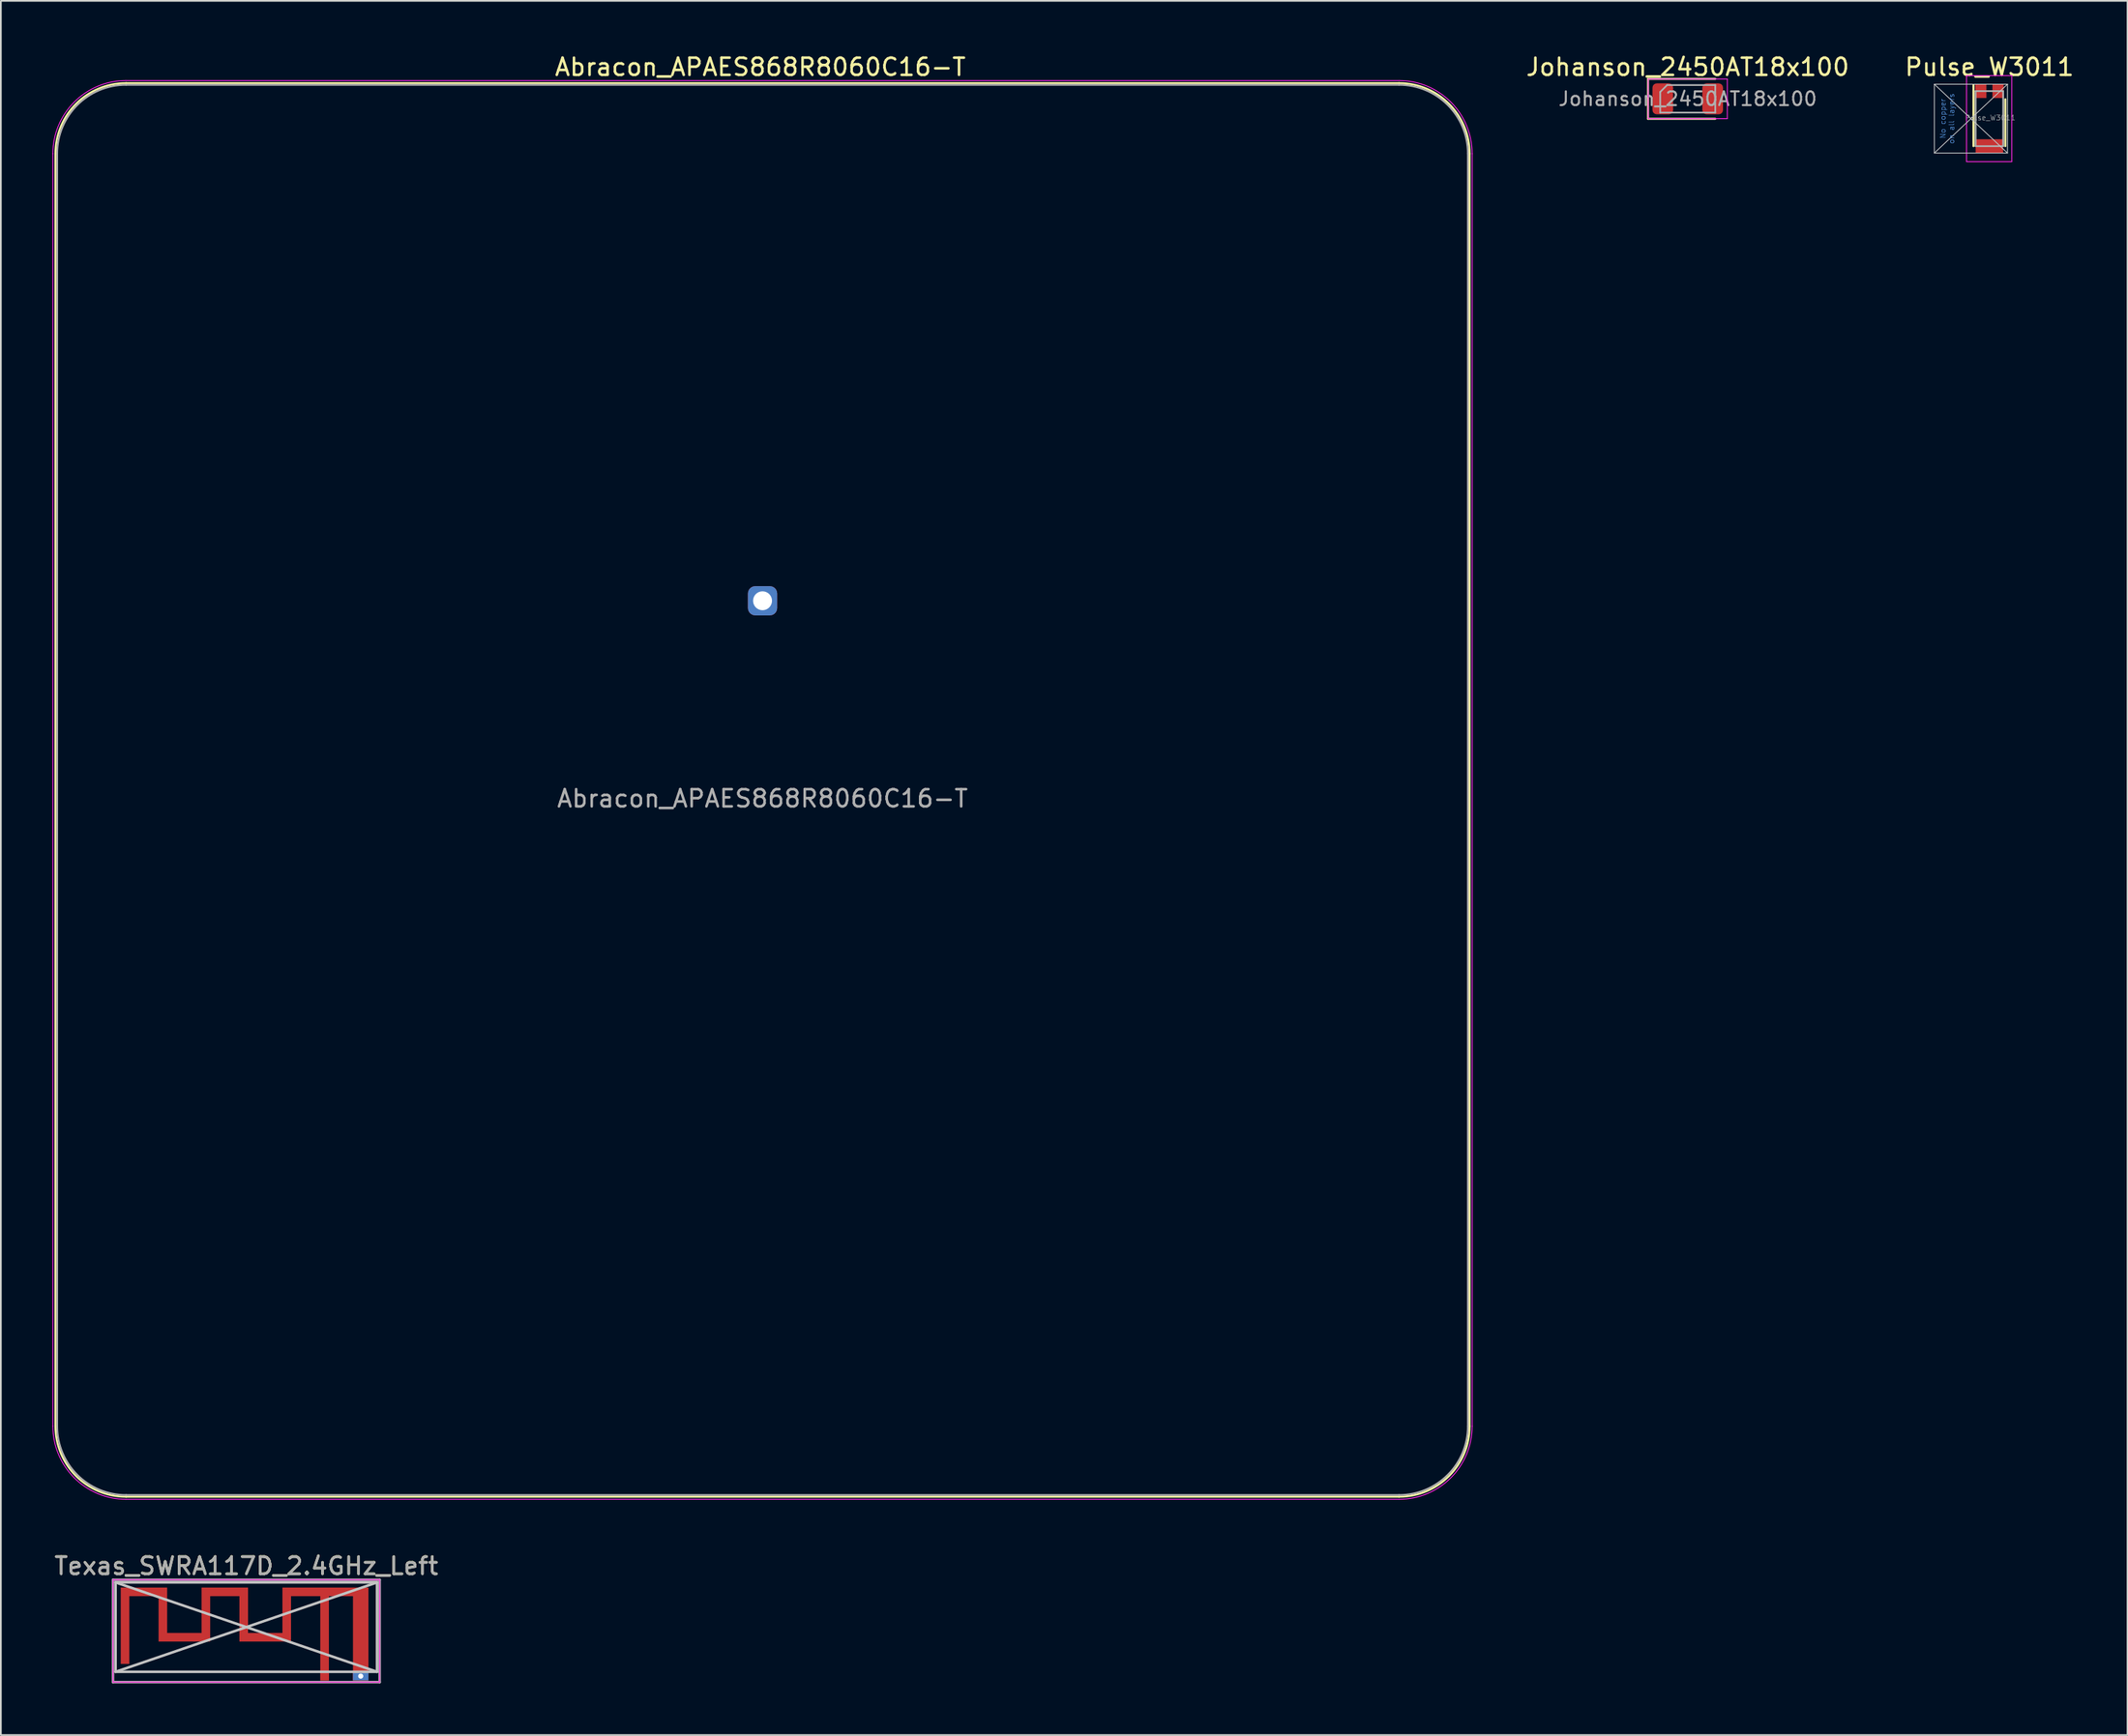
<source format=kicad_pcb>
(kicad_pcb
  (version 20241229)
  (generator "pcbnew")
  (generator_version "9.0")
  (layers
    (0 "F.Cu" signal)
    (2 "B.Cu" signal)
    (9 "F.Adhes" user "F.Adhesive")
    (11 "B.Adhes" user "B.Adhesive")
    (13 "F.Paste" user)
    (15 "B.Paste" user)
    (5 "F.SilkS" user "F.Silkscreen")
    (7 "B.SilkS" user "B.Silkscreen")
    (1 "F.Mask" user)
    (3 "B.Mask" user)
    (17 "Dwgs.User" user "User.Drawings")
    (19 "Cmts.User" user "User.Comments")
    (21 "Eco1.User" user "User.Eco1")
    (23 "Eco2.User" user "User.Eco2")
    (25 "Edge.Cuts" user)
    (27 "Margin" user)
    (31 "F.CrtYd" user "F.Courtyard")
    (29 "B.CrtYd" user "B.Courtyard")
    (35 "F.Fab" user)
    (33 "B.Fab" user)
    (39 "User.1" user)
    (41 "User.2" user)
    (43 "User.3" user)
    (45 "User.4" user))
  (footprint "Abracon_APAES868R8060C16-T"
    (layer "F.Cu")
    (at 41.275 31.885)
    (property "Reference" "Abracon_APAES868R8060C16-T" (at 0 11.5 0) (layer "F.Fab") (effects (font (size 1 1) (thickness 0.15))))
    (attr through_hole)
    (fp_line (start -41.1 48) (end -41.1 -26) (stroke (width 0.12) (type solid)) (layer "F.SilkS"))
    (fp_line (start -37 -30.1) (end 37 -30.1) (stroke (width 0.12) (type solid)) (layer "F.SilkS"))
    (fp_line (start 37 52.1) (end -37 52.1) (stroke (width 0.12) (type solid)) (layer "F.SilkS"))
    (fp_line (start 41.1 -26) (end 41.1 48) (stroke (width 0.12) (type solid)) (layer "F.SilkS"))
    (fp_arc (start -41.1 -26) (mid -39.899138 -28.899138) (end -37 -30.1) (stroke (width 0.12) (type solid)) (layer "F.SilkS"))
    (fp_arc (start -37 52.1) (mid -39.899138 50.899138) (end -41.1 48) (stroke (width 0.12) (type solid)) (layer "F.SilkS"))
    (fp_arc (start 37 -30.1) (mid 39.899138 -28.899138) (end 41.1 -26) (stroke (width 0.12) (type solid)) (layer "F.SilkS"))
    (fp_arc (start 41.1 48) (mid 39.899138 50.899138) (end 37 52.1) (stroke (width 0.12) (type solid)) (layer "F.SilkS"))
    (fp_line (start -41.25 48) (end -41.25 -26) (stroke (width 0.05) (type solid)) (layer "F.CrtYd"))
    (fp_line (start -37 -30.25) (end 37 -30.25) (stroke (width 0.05) (type solid)) (layer "F.CrtYd"))
    (fp_line (start 37 52.25) (end -37 52.25) (stroke (width 0.05) (type solid)) (layer "F.CrtYd"))
    (fp_line (start 41.25 -26) (end 41.25 48) (stroke (width 0.05) (type solid)) (layer "F.CrtYd"))
    (fp_arc (start -41.25 -26) (mid -40.005204 -29.005204) (end -37 -30.25) (stroke (width 0.05) (type solid)) (layer "F.CrtYd"))
    (fp_arc (start -37 52.25) (mid -40.005204 51.005204) (end -41.25 48) (stroke (width 0.05) (type solid)) (layer "F.CrtYd"))
    (fp_arc (start 37 -30.25) (mid 40.005204 -29.005204) (end 41.25 -26) (stroke (width 0.05) (type solid)) (layer "F.CrtYd"))
    (fp_arc (start 41.25 48) (mid 40.005204 51.005204) (end 37 52.25) (stroke (width 0.05) (type solid)) (layer "F.CrtYd"))
    (fp_line (start -41 48) (end -41 -26) (stroke (width 0.1) (type solid)) (layer "F.Fab"))
    (fp_line (start -37 -30) (end 37 -30) (stroke (width 0.1) (type solid)) (layer "F.Fab"))
    (fp_line (start 37 52) (end -37 52) (stroke (width 0.1) (type solid)) (layer "F.Fab"))
    (fp_line (start 41 -26) (end 41 48) (stroke (width 0.1) (type solid)) (layer "F.Fab"))
    (fp_arc (start -41 -26) (mid -39.828427 -28.828427) (end -37 -30) (stroke (width 0.1) (type solid)) (layer "F.Fab"))
    (fp_arc (start -37 52) (mid -39.828427 50.828427) (end -41 48) (stroke (width 0.1) (type solid)) (layer "F.Fab"))
    (fp_arc (start 37 -30) (mid 39.828427 -28.828427) (end 41 -26) (stroke (width 0.1) (type solid)) (layer "F.Fab"))
    (fp_arc (start 41 48) (mid 39.828427 50.828427) (end 37 52) (stroke (width 0.1) (type solid)) (layer "F.Fab"))
    (fp_text user "${REFERENCE}" (at -0.127 -31.037 0) (layer "F.SilkS") (effects (font (size 1 1) (thickness 0.15))))
    (pad "1" thru_hole roundrect (at 0 0) (size 1.7 1.7) (drill 1.1) (layers "*.Cu" "*.Mask") (roundrect_rratio 0.25)))
  (footprint "Texas_SWRA117D_2.4GHz_Left"
    (layer "F.Cu")
    (at 15.818 94.418)
    (property "Reference" "Texas_SWRA117D_2.4GHz_Left" (at -4.55 -6.41 0) (layer "F.SilkS") (effects (font (size 1 1) (thickness 0.15))))
    (attr exclude_from_pos_files exclude_from_bom)
    (fp_poly (pts (xy -2.45 -2.51) (xy -4.45 -2.51) (xy -4.45 -5.15) (xy -7.15 -5.15) (xy -7.15 -2.51) (xy -9.15 -2.51) (xy -9.15 -5.15) (xy -11.85 -5.15) (xy -11.85 -0.71) (xy -11.35 -0.71) (xy -11.35 -4.65) (xy -9.65 -4.65) (xy -9.65 -2.01) (xy -6.65 -2.01) (xy -6.65 -4.65) (xy -4.95 -4.65) (xy -4.95 -2.01) (xy -1.95 -2.01) (xy -1.95 -4.65) (xy -0.25 -4.65) (xy -0.25 0.25) (xy 0.25 0.25) (xy 0.25 -4.65) (xy 1.65 -4.65) (xy 1.65 0.25) (xy 2.55 0.25) (xy 2.55 0.007) (xy 2.248 0.007) (xy 2.238 0.054) (xy 2.214 0.097) (xy 2.176 0.13) (xy 2.168 0.134) (xy 2.125 0.146) (xy 2.077 0.145) (xy 2.031 0.132) (xy 2.013 0.122) (xy 1.979 0.087) (xy 1.958 0.041) (xy 1.952 -0.008) (xy 1.96 -0.056) (xy 1.977 -0.089) (xy 2.012 -0.121) (xy 2.058 -0.141) (xy 2.107 -0.148) (xy 2.155 -0.14) (xy 2.188 -0.123) (xy 2.223 -0.086) (xy 2.243 -0.042) (xy 2.248 0.007) (xy 2.55 0.007) (xy 2.55 -5.15) (xy -2.45 -5.15) (xy -2.45 -2.51)) (stroke (width 0) (type solid)) (fill yes) (layer "F.Cu"))
    (fp_line (start -12.15 -0.25) (end -12.15 -5.45) (stroke (width 0.15) (type solid)) (layer "Dwgs.User"))
    (fp_line (start 3.05 -5.45) (end -12.15 -5.45) (stroke (width 0.15) (type solid)) (layer "Dwgs.User"))
    (fp_line (start 3.05 -5.45) (end -12.15 -0.25) (stroke (width 0.15) (type solid)) (layer "Dwgs.User"))
    (fp_line (start 3.05 -0.25) (end -12.15 -5.45) (stroke (width 0.15) (type solid)) (layer "Dwgs.User"))
    (fp_line (start 3.05 -0.25) (end -12.15 -0.25) (stroke (width 0.15) (type solid)) (layer "Dwgs.User"))
    (fp_line (start 3.05 -0.25) (end 3.05 -5.45) (stroke (width 0.15) (type solid)) (layer "Dwgs.User"))
    (fp_line (start -12.3 -5.6) (end -12.3 0.35) (stroke (width 0.05) (type solid)) (layer "F.CrtYd"))
    (fp_line (start -12.3 0.35) (end 3.2 0.35) (stroke (width 0.05) (type solid)) (layer "F.CrtYd"))
    (fp_line (start 3.2 -5.6) (end -12.3 -5.6) (stroke (width 0.05) (type solid)) (layer "F.CrtYd"))
    (fp_line (start 3.2 0.35) (end 3.2 -5.6) (stroke (width 0.05) (type solid)) (layer "F.CrtYd"))
    (fp_line (start -12.3 -5.6) (end -12.3 0.35) (stroke (width 0.15) (type solid)) (layer "F.Fab"))
    (fp_line (start -12.3 0.35) (end 3.2 0.35) (stroke (width 0.15) (type solid)) (layer "F.Fab"))
    (fp_line (start 3.2 -5.6) (end -12.3 -5.6) (stroke (width 0.15) (type solid)) (layer "F.Fab"))
    (fp_line (start 3.2 0.35) (end 3.2 -5.6) (stroke (width 0.15) (type solid)) (layer "F.Fab"))
    (fp_text user "${REFERENCE}" (at -4.55 -6.4 0) (layer "F.Fab") (effects (font (size 1 1) (thickness 0.15))))
    (pad "1" connect rect (at 0 0) (size 0.5 0.5) (layers "F.Cu"))
    (pad "2" thru_hole rect (at 2.1 0) (size 0.9 0.5) (drill 0.3) (layers "*.Cu")))
  (footprint "Johanson_2450AT18x100"
    (layer "F.Cu")
    (at 95.056 2.698)
    (property "Reference" "Johanson_2450AT18x100" (at 0 -1.85 0) (layer "F.SilkS") (effects (font (size 1 1) (thickness 0.15))))
    (attr smd)
    (fp_line (start -2.31 -1.16) (end -2.31 1.16) (stroke (width 0.12) (type solid)) (layer "F.SilkS"))
    (fp_line (start -2.31 1.16) (end 1.6 1.16) (stroke (width 0.12) (type solid)) (layer "F.SilkS"))
    (fp_line (start 1.6 -1.16) (end -2.31 -1.16) (stroke (width 0.12) (type solid)) (layer "F.SilkS"))
    (fp_line (start -2.3 -1.15) (end 2.3 -1.15) (stroke (width 0.05) (type solid)) (layer "F.CrtYd"))
    (fp_line (start -2.3 1.15) (end -2.3 -1.15) (stroke (width 0.05) (type solid)) (layer "F.CrtYd"))
    (fp_line (start 2.3 -1.15) (end 2.3 1.15) (stroke (width 0.05) (type solid)) (layer "F.CrtYd"))
    (fp_line (start 2.3 1.15) (end -2.3 1.15) (stroke (width 0.05) (type solid)) (layer "F.CrtYd"))
    (fp_line (start -1.6 -0.4) (end -1.6 0.8) (stroke (width 0.1) (type solid)) (layer "F.Fab"))
    (fp_line (start -1.6 0.8) (end 1.6 0.8) (stroke (width 0.1) (type solid)) (layer "F.Fab"))
    (fp_line (start -1.2 -0.8) (end -1.6 -0.4) (stroke (width 0.1) (type solid)) (layer "F.Fab"))
    (fp_line (start 1.6 -0.8) (end -1.2 -0.8) (stroke (width 0.1) (type solid)) (layer "F.Fab"))
    (fp_line (start 1.6 0.8) (end 1.6 -0.8) (stroke (width 0.1) (type solid)) (layer "F.Fab"))
    (fp_text user "${REFERENCE}" (at 0 0 0) (layer "F.Fab") (effects (font (size 0.8 0.8) (thickness 0.12))))
    (pad "1" smd roundrect (at -1.45 0) (size 1.2 1.8) (layers "F.Cu" "F.Mask" "F.Paste") (roundrect_rratio 0.208))
    (pad "2" smd roundrect (at 1.45 0) (size 1.2 1.8) (layers "F.Cu" "F.Mask" "F.Paste") (roundrect_rratio 0.208)))
  (footprint "Pulse_W3011"
    (layer "F.Cu")
    (at 112.592 3.848)
    (property "Reference" "Pulse_W3011" (at 0 -3 0) (layer "F.SilkS") (effects (font (size 1 1) (thickness 0.15))))
    (attr smd)
    (fp_line (start -0.925 1.6) (end -0.925 -1.95) (stroke (width 0.12) (type solid)) (layer "F.SilkS"))
    (fp_line (start 0.925 1.6) (end 0.925 -1.125) (stroke (width 0.12) (type solid)) (layer "F.SilkS"))
    (fp_line (start -3.2 -2) (end -3.2 2) (stroke (width 0.05) (type solid)) (layer "Dwgs.User"))
    (fp_line (start -3.2 -2) (end 1.05 2) (stroke (width 0.05) (type solid)) (layer "Dwgs.User"))
    (fp_line (start -3.2 2) (end 1.05 2) (stroke (width 0.05) (type solid)) (layer "Dwgs.User"))
    (fp_line (start 1.05 -2) (end -3.2 -2) (stroke (width 0.05) (type solid)) (layer "Dwgs.User"))
    (fp_line (start 1.05 -2) (end -3.2 2) (stroke (width 0.05) (type solid)) (layer "Dwgs.User"))
    (fp_line (start 1.05 2) (end 1.05 -2) (stroke (width 0.05) (type solid)) (layer "Dwgs.User"))
    (fp_line (start -1.33 -2.5) (end -1.33 2.5) (stroke (width 0.05) (type solid)) (layer "F.CrtYd"))
    (fp_line (start -1.33 -2.5) (end 1.3 -2.5) (stroke (width 0.05) (type solid)) (layer "F.CrtYd"))
    (fp_line (start -1.33 2.5) (end 1.3 2.5) (stroke (width 0.05) (type solid)) (layer "F.CrtYd"))
    (fp_line (start 1.3 -2.5) (end 1.3 2.5) (stroke (width 0.05) (type solid)) (layer "F.CrtYd"))
    (fp_line (start -0.8 -1.6) (end 0.8 -1.6) (stroke (width 0.1) (type solid)) (layer "F.Fab"))
    (fp_line (start -0.8 1.6) (end -0.8 -1.6) (stroke (width 0.1) (type solid)) (layer "F.Fab"))
    (fp_line (start -0.8 1.6) (end 0.8 1.6) (stroke (width 0.1) (type solid)) (layer "F.Fab"))
    (fp_line (start 0.8 1.6) (end 0.8 -1.6) (stroke (width 0.1) (type solid)) (layer "F.Fab"))
    (fp_text user "on all layers" (at -2.2 0 90) (layer "Cmts.User") (effects (font (size 0.3 0.3) (thickness 0.03))))
    (fp_text user "No copper" (at -2.7 0 90) (layer "Cmts.User") (effects (font (size 0.3 0.3) (thickness 0.03))))
    (fp_text user "${REFERENCE}" (at 0.05 -0.05 0) (layer "F.Fab") (effects (font (size 0.3 0.3) (thickness 0.03))))
    (pad "1" smd trapezoid (at -0.5 -1.6 90) (size 0.8 0.65) (layers "F.Cu" "F.Mask" "F.Paste"))
    (pad "2" smd trapezoid (at 0 1.6 90) (size 0.8 1.6) (layers "F.Cu" "F.Mask" "F.Paste"))
    (pad "2" smd trapezoid (at 0.5 -1.6 90) (size 0.8 0.65) (layers "F.Cu" "F.Mask" "F.Paste")))
  (gr_rect
    (start -3 -3)
    (end 120.621 97.844)
    (stroke (width 0.1) (type default))
    (fill no)
    (layer "Edge.Cuts")))
</source>
